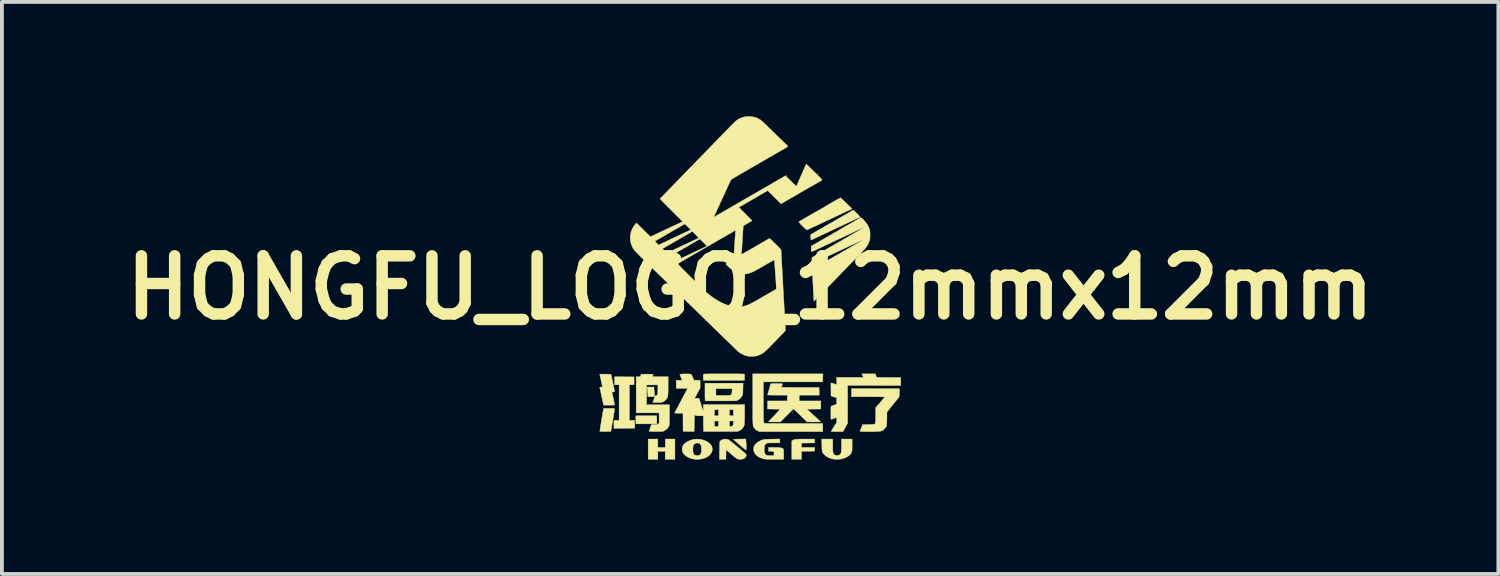
<source format=kicad_pcb>
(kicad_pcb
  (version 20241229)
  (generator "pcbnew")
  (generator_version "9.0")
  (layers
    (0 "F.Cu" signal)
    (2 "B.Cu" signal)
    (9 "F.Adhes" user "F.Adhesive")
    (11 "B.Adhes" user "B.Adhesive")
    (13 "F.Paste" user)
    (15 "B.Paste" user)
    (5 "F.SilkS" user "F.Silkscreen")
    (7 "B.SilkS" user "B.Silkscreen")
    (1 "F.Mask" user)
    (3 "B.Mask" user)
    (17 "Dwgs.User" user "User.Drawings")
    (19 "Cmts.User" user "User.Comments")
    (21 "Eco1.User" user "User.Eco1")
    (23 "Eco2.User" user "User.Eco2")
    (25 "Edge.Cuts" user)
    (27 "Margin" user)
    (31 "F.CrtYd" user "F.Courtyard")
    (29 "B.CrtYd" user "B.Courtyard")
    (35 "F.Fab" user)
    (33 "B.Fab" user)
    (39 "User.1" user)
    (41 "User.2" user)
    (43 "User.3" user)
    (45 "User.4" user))
  (footprint "HONGFU_LOGO_12mmx12mm"
    (layer "F.Cu")
    (at 16.626 4.495)
    (property "Reference" "HONGFU_LOGO_12mmx12mm" (at 0 0 0) (layer "F.SilkS") (effects (font (size 1.524 1.524) (thickness 0.3))))
    (attr through_hole)
    (fp_poly (pts (xy -1.507 -3.272) (xy -1.511 -3.268) (xy -1.516 -3.272) (xy -1.511 -3.277) (xy -1.507 -3.272)) (stroke (width 0.01) (type solid)) (fill yes) (layer "F.SilkS"))
    (fp_poly (pts (xy -1.168 0.859) (xy -1.173 0.864) (xy -1.177 0.859) (xy -1.173 0.855) (xy -1.168 0.859)) (stroke (width 0.01) (type solid)) (fill yes) (layer "F.SilkS"))
    (fp_poly (pts (xy 0.593 -3.433) (xy 0.588 -3.429) (xy 0.584 -3.433) (xy 0.588 -3.437) (xy 0.593 -3.433)) (stroke (width 0.01) (type solid)) (fill yes) (layer "F.SilkS"))
    (fp_poly (pts (xy 0.965 -2.934) (xy 0.961 -2.929) (xy 0.957 -2.934) (xy 0.961 -2.938) (xy 0.965 -2.934)) (stroke (width 0.01) (type solid)) (fill yes) (layer "F.SilkS"))
    (fp_poly (pts (xy 1.101 4) (xy 1.096 4.005) (xy 1.092 4) (xy 1.096 3.996) (xy 1.101 4)) (stroke (width 0.01) (type solid)) (fill yes) (layer "F.SilkS"))
    (fp_poly (pts (xy 1.109 3.272) (xy 1.105 3.277) (xy 1.101 3.272) (xy 1.105 3.268) (xy 1.109 3.272)) (stroke (width 0.01) (type solid)) (fill yes) (layer "F.SilkS"))
    (fp_poly (pts (xy 1.49 3.535) (xy 1.486 3.539) (xy 1.482 3.535) (xy 1.486 3.531) (xy 1.49 3.535)) (stroke (width 0.01) (type solid)) (fill yes) (layer "F.SilkS"))
    (fp_poly (pts (xy 1.786 -3.001) (xy 1.782 -2.997) (xy 1.778 -3.001) (xy 1.782 -3.006) (xy 1.786 -3.001)) (stroke (width 0.01) (type solid)) (fill yes) (layer "F.SilkS"))
    (fp_poly (pts (xy 2.955 3.577) (xy 2.951 3.581) (xy 2.946 3.577) (xy 2.951 3.573) (xy 2.955 3.577)) (stroke (width 0.01) (type solid)) (fill yes) (layer "F.SilkS"))
    (fp_poly (pts (xy 3.497 3.747) (xy 3.493 3.751) (xy 3.488 3.747) (xy 3.493 3.742) (xy 3.497 3.747)) (stroke (width 0.01) (type solid)) (fill yes) (layer "F.SilkS"))
    (fp_poly (pts (xy -2.421 4.191) (xy -2.227 4.191) (xy -2.227 3.971) (xy -1.973 3.971) (xy -1.973 4.504) (xy -2.227 4.504) (xy -2.227 4.293) (xy -2.421 4.293) (xy -2.421 4.504) (xy -2.675 4.504) (xy -2.675 3.971) (xy -2.421 3.971) (xy -2.421 4.191)) (stroke (width 0.01) (type solid)) (fill yes) (layer "F.SilkS"))
    (fp_poly (pts (xy -2.52 2.671) (xy -2.516 2.715) (xy -2.512 2.764) (xy -2.509 2.798) (xy -2.504 2.862) (xy -2.682 2.862) (xy -2.687 2.779) (xy -2.69 2.737) (xy -2.694 2.696) (xy -2.697 2.662) (xy -2.698 2.652) (xy -2.703 2.608) (xy -2.525 2.608) (xy -2.52 2.671)) (stroke (width 0.01) (type solid)) (fill yes) (layer "F.SilkS"))
    (fp_poly (pts (xy -2.814 3.361) (xy -2.751 3.361) (xy -2.718 3.361) (xy -2.451 3.361) (xy -2.449 3.467) (xy -2.446 3.573) (xy -2.996 3.573) (xy -2.999 3.467) (xy -2.999 3.42) (xy -2.998 3.385) (xy -2.996 3.366) (xy -2.993 3.361) (xy -2.983 3.361) (xy -2.958 3.361) (xy -2.92 3.361) (xy -2.871 3.361) (xy -2.814 3.361)) (stroke (width 0.01) (type solid)) (fill yes) (layer "F.SilkS"))
    (fp_poly (pts (xy -3.3 2.339) (xy -3.044 2.341) (xy -3.044 2.544) (xy -3.105 2.547) (xy -3.167 2.549) (xy -3.167 3.48) (xy -3.031 3.48) (xy -3.03 3.552) (xy -3.029 3.59) (xy -3.028 3.625) (xy -3.028 3.652) (xy -3.028 3.655) (xy -3.027 3.687) (xy -3.573 3.692) (xy -3.573 3.48) (xy -3.437 3.48) (xy -3.437 2.548) (xy -3.556 2.548) (xy -3.556 2.337) (xy -3.3 2.339)) (stroke (width 0.01) (type solid)) (fill yes) (layer "F.SilkS"))
    (fp_poly (pts (xy 1.693 4.072) (xy 1.35 4.077) (xy 1.348 4.134) (xy 1.345 4.191) (xy 1.694 4.191) (xy 1.692 4.24) (xy 1.689 4.288) (xy 1.532 4.29) (xy 1.482 4.291) (xy 1.436 4.291) (xy 1.399 4.292) (xy 1.373 4.292) (xy 1.361 4.292) (xy 1.355 4.294) (xy 1.351 4.3) (xy 1.348 4.314) (xy 1.347 4.339) (xy 1.346 4.376) (xy 1.346 4.398) (xy 1.346 4.504) (xy 1.092 4.504) (xy 1.092 4.029) (xy 1.112 4.01) (xy 1.125 3.999) (xy 1.142 3.991) (xy 1.164 3.984) (xy 1.194 3.979) (xy 1.233 3.975) (xy 1.283 3.973) (xy 1.346 3.971) (xy 1.424 3.971) (xy 1.457 3.971) (xy 1.693 3.971) (xy 1.693 4.072)) (stroke (width 0.01) (type solid)) (fill yes) (layer "F.SilkS"))
    (fp_poly (pts (xy -0.107 4.04) (xy -0.104 4.086) (xy -0.102 4.132) (xy -0.102 4.176) (xy -0.102 4.213) (xy -0.104 4.241) (xy -0.107 4.256) (xy -0.108 4.259) (xy -0.117 4.253) (xy -0.136 4.239) (xy -0.164 4.216) (xy -0.2 4.186) (xy -0.209 4.178) (xy -0.186 4.178) (xy -0.182 4.183) (xy -0.178 4.178) (xy -0.182 4.174) (xy -0.186 4.178) (xy -0.209 4.178) (xy -0.241 4.152) (xy -0.276 4.122) (xy -0.32 4.084) (xy -0.359 4.05) (xy -0.393 4.021) (xy -0.418 3.998) (xy -0.434 3.984) (xy -0.438 3.98) (xy -0.431 3.978) (xy -0.409 3.976) (xy -0.376 3.974) (xy -0.333 3.973) (xy -0.283 3.972) (xy -0.277 3.972) (xy -0.113 3.97) (xy -0.107 4.04)) (stroke (width 0.01) (type solid)) (fill yes) (layer "F.SilkS"))
    (fp_poly (pts (xy -0.612 2.261) (xy -0.532 2.261) (xy -0.454 2.261) (xy -0.382 2.262) (xy -0.318 2.262) (xy -0.262 2.263) (xy -0.216 2.264) (xy -0.184 2.265) (xy -0.165 2.266) (xy -0.163 2.266) (xy -0.154 2.269) (xy -0.148 2.276) (xy -0.145 2.288) (xy -0.145 2.311) (xy -0.146 2.346) (xy -0.146 2.351) (xy -0.148 2.43) (xy -0.684 2.432) (xy -0.778 2.432) (xy -0.867 2.433) (xy -0.949 2.433) (xy -1.023 2.433) (xy -1.088 2.432) (xy -1.141 2.432) (xy -1.183 2.432) (xy -1.211 2.431) (xy -1.224 2.431) (xy -1.224 2.431) (xy -1.226 2.421) (xy -1.227 2.399) (xy -1.228 2.367) (xy -1.228 2.349) (xy -1.228 2.271) (xy -1.201 2.266) (xy -1.188 2.265) (xy -1.159 2.264) (xy -1.117 2.263) (xy -1.064 2.262) (xy -1.002 2.262) (xy -0.932 2.261) (xy -0.856 2.261) (xy -0.776 2.261) (xy -0.694 2.261) (xy -0.612 2.261)) (stroke (width 0.01) (type solid)) (fill yes) (layer "F.SilkS"))
    (fp_poly (pts (xy -0.188 2.652) (xy -0.189 2.706) (xy -0.19 2.745) (xy -0.192 2.774) (xy -0.195 2.796) (xy -0.2 2.812) (xy -0.207 2.828) (xy -0.213 2.841) (xy -0.244 2.887) (xy -0.282 2.923) (xy -0.322 2.948) (xy -0.36 2.968) (xy -0.767 2.97) (xy -0.848 2.97) (xy -0.924 2.971) (xy -0.994 2.97) (xy -1.054 2.97) (xy -1.105 2.969) (xy -1.144 2.969) (xy -1.169 2.968) (xy -1.179 2.967) (xy -1.179 2.967) (xy -1.181 2.957) (xy -1.182 2.932) (xy -1.184 2.896) (xy -1.185 2.849) (xy -1.185 2.794) (xy -1.185 2.733) (xy -1.185 2.65) (xy -0.897 2.65) (xy -0.897 2.828) (xy -0.716 2.828) (xy -0.648 2.827) (xy -0.592 2.826) (xy -0.55 2.824) (xy -0.523 2.821) (xy -0.514 2.818) (xy -0.494 2.804) (xy -0.482 2.781) (xy -0.476 2.746) (xy -0.474 2.709) (xy -0.474 2.65) (xy -0.897 2.65) (xy -1.185 2.65) (xy -1.185 2.506) (xy -0.185 2.506) (xy -0.188 2.652)) (stroke (width 0.01) (type solid)) (fill yes) (layer "F.SilkS"))
    (fp_poly (pts (xy -3.648 3.167) (xy -3.61 3.167) (xy -3.584 3.168) (xy -3.568 3.17) (xy -3.56 3.173) (xy -3.557 3.178) (xy -3.556 3.184) (xy -3.557 3.197) (xy -3.561 3.225) (xy -3.567 3.264) (xy -3.575 3.312) (xy -3.584 3.366) (xy -3.59 3.407) (xy -3.601 3.469) (xy -3.611 3.53) (xy -3.621 3.586) (xy -3.629 3.635) (xy -3.635 3.673) (xy -3.637 3.686) (xy -3.643 3.72) (xy -3.648 3.748) (xy -3.652 3.765) (xy -3.653 3.768) (xy -3.663 3.77) (xy -3.686 3.772) (xy -3.719 3.773) (xy -3.759 3.774) (xy -3.801 3.774) (xy -3.844 3.774) (xy -3.882 3.773) (xy -3.914 3.772) (xy -3.934 3.77) (xy -3.941 3.768) (xy -3.941 3.758) (xy -3.938 3.734) (xy -3.933 3.698) (xy -3.926 3.652) (xy -3.917 3.598) (xy -3.908 3.538) (xy -3.897 3.476) (xy -3.887 3.412) (xy -3.876 3.35) (xy -3.866 3.291) (xy -3.856 3.24) (xy -3.85 3.208) (xy -3.846 3.184) (xy -3.844 3.171) (xy -3.844 3.17) (xy -3.836 3.169) (xy -3.814 3.168) (xy -3.78 3.167) (xy -3.738 3.167) (xy -3.7 3.167) (xy -3.648 3.167)) (stroke (width 0.01) (type solid)) (fill yes) (layer "F.SilkS"))
    (fp_poly (pts (xy -0.608 3.976) (xy -0.583 3.983) (xy -0.564 3.992) (xy -0.537 4.011) (xy -0.505 4.035) (xy -0.478 4.056) (xy -0.445 4.084) (xy -0.414 4.109) (xy -0.389 4.13) (xy -0.376 4.14) (xy -0.361 4.152) (xy -0.336 4.173) (xy -0.303 4.201) (xy -0.265 4.233) (xy -0.226 4.266) (xy -0.182 4.303) (xy -0.15 4.33) (xy -0.128 4.351) (xy -0.114 4.367) (xy -0.106 4.379) (xy -0.102 4.389) (xy -0.102 4.399) (xy -0.109 4.433) (xy -0.131 4.462) (xy -0.165 4.484) (xy -0.209 4.499) (xy -0.259 4.503) (xy -0.274 4.503) (xy -0.294 4.501) (xy -0.312 4.498) (xy -0.329 4.493) (xy -0.348 4.484) (xy -0.37 4.469) (xy -0.397 4.448) (xy -0.432 4.42) (xy -0.476 4.383) (xy -0.512 4.352) (xy -0.631 4.25) (xy -0.633 4.377) (xy -0.635 4.504) (xy -0.805 4.504) (xy -0.803 4.272) (xy -0.802 4.203) (xy -0.801 4.15) (xy -0.8 4.109) (xy -0.799 4.079) (xy -0.797 4.057) (xy -0.794 4.043) (xy -0.791 4.033) (xy -0.786 4.025) (xy -0.78 4.019) (xy -0.78 4.019) (xy -0.747 3.995) (xy -0.704 3.979) (xy -0.656 3.972) (xy -0.608 3.976)) (stroke (width 0.01) (type solid)) (fill yes) (layer "F.SilkS"))
    (fp_poly (pts (xy 1.907 2.366) (xy 1.904 2.472) (xy 0.347 2.472) (xy 0.347 2.989) (xy 0.347 3.1) (xy 0.347 3.195) (xy 0.348 3.275) (xy 0.348 3.342) (xy 0.349 3.397) (xy 0.35 3.442) (xy 0.352 3.477) (xy 0.355 3.503) (xy 0.358 3.523) (xy 0.362 3.537) (xy 0.367 3.547) (xy 0.373 3.553) (xy 0.379 3.557) (xy 0.386 3.559) (xy 0.396 3.56) (xy 0.422 3.561) (xy 0.462 3.561) (xy 0.516 3.562) (xy 0.582 3.563) (xy 0.658 3.563) (xy 0.745 3.564) (xy 0.839 3.564) (xy 0.94 3.564) (xy 1.048 3.564) (xy 1.152 3.564) (xy 1.905 3.564) (xy 1.905 3.776) (xy 1.073 3.776) (xy 0.241 3.776) (xy 0.199 3.756) (xy 0.167 3.737) (xy 0.136 3.713) (xy 0.125 3.701) (xy 0.115 3.69) (xy 0.106 3.681) (xy 0.098 3.671) (xy 0.092 3.66) (xy 0.086 3.647) (xy 0.081 3.631) (xy 0.078 3.61) (xy 0.075 3.583) (xy 0.072 3.549) (xy 0.071 3.508) (xy 0.069 3.457) (xy 0.068 3.396) (xy 0.068 3.324) (xy 0.068 3.239) (xy 0.068 3.14) (xy 0.068 3.026) (xy 0.068 2.933) (xy 0.068 2.261) (xy 1.909 2.261) (xy 1.907 2.366)) (stroke (width 0.01) (type solid)) (fill yes) (layer "F.SilkS"))
    (fp_poly (pts (xy 2.167 4.142) (xy 2.168 4.201) (xy 2.168 4.246) (xy 2.169 4.279) (xy 2.172 4.303) (xy 2.175 4.321) (xy 2.179 4.336) (xy 2.185 4.348) (xy 2.203 4.377) (xy 2.229 4.394) (xy 2.263 4.402) (xy 2.286 4.403) (xy 2.328 4.396) (xy 2.359 4.376) (xy 2.38 4.342) (xy 2.387 4.323) (xy 2.39 4.302) (xy 2.392 4.267) (xy 2.394 4.222) (xy 2.396 4.171) (xy 2.396 4.128) (xy 2.396 3.971) (xy 2.675 3.971) (xy 2.675 4.13) (xy 2.675 4.187) (xy 2.674 4.23) (xy 2.673 4.262) (xy 2.67 4.285) (xy 2.666 4.303) (xy 2.661 4.317) (xy 2.659 4.322) (xy 2.645 4.349) (xy 2.631 4.369) (xy 2.612 4.388) (xy 2.584 4.41) (xy 2.58 4.414) (xy 2.514 4.454) (xy 2.437 4.483) (xy 2.354 4.5) (xy 2.267 4.505) (xy 2.178 4.496) (xy 2.153 4.491) (xy 2.084 4.47) (xy 2.021 4.439) (xy 1.966 4.399) (xy 1.922 4.354) (xy 1.902 4.323) (xy 1.896 4.309) (xy 1.891 4.294) (xy 1.888 4.275) (xy 1.885 4.249) (xy 1.883 4.214) (xy 1.882 4.166) (xy 1.881 4.13) (xy 1.878 3.971) (xy 2.167 3.971) (xy 2.167 4.142)) (stroke (width 0.01) (type solid)) (fill yes) (layer "F.SilkS"))
    (fp_poly (pts (xy -1.339 3.975) (xy -1.259 3.988) (xy -1.184 4.012) (xy -1.116 4.046) (xy -1.061 4.088) (xy -1.058 4.09) (xy -1.025 4.129) (xy -1.004 4.169) (xy -0.994 4.216) (xy -0.993 4.225) (xy -0.996 4.28) (xy -1.015 4.331) (xy -1.05 4.379) (xy -1.099 4.421) (xy -1.162 4.458) (xy -1.17 4.461) (xy -1.244 4.487) (xy -1.326 4.501) (xy -1.411 4.504) (xy -1.495 4.495) (xy -1.531 4.487) (xy -1.603 4.462) (xy -1.665 4.429) (xy -1.716 4.389) (xy -1.753 4.343) (xy -1.777 4.292) (xy -1.785 4.242) (xy -1.502 4.242) (xy -1.499 4.3) (xy -1.49 4.343) (xy -1.474 4.373) (xy -1.449 4.392) (xy -1.415 4.401) (xy -1.388 4.403) (xy -1.352 4.4) (xy -1.328 4.392) (xy -1.318 4.386) (xy -1.298 4.362) (xy -1.284 4.328) (xy -1.277 4.281) (xy -1.276 4.233) (xy -1.278 4.181) (xy -1.287 4.143) (xy -1.302 4.114) (xy -1.326 4.093) (xy -1.332 4.089) (xy -1.371 4.075) (xy -1.412 4.076) (xy -1.449 4.092) (xy -1.472 4.111) (xy -1.487 4.133) (xy -1.497 4.162) (xy -1.501 4.201) (xy -1.502 4.242) (xy -1.785 4.242) (xy -1.785 4.239) (xy -1.784 4.216) (xy -1.778 4.185) (xy -1.769 4.158) (xy -1.766 4.15) (xy -1.737 4.11) (xy -1.694 4.071) (xy -1.641 4.037) (xy -1.58 4.008) (xy -1.516 3.987) (xy -1.499 3.983) (xy -1.42 3.973) (xy -1.339 3.975)) (stroke (width 0.01) (type solid)) (fill yes) (layer "F.SilkS"))
    (fp_poly (pts (xy -3.744 2.269) (xy -3.706 2.27) (xy -3.679 2.271) (xy -3.662 2.272) (xy -3.652 2.276) (xy -3.648 2.28) (xy -3.645 2.287) (xy -3.645 2.288) (xy -3.642 2.303) (xy -3.636 2.331) (xy -3.628 2.368) (xy -3.619 2.412) (xy -3.615 2.43) (xy -3.604 2.481) (xy -3.593 2.534) (xy -3.582 2.583) (xy -3.574 2.623) (xy -3.573 2.627) (xy -3.563 2.671) (xy -3.558 2.701) (xy -3.557 2.72) (xy -3.561 2.73) (xy -3.571 2.734) (xy -3.587 2.735) (xy -3.59 2.735) (xy -3.611 2.736) (xy -3.623 2.738) (xy -3.624 2.739) (xy -3.622 2.749) (xy -3.617 2.772) (xy -3.61 2.806) (xy -3.6 2.849) (xy -3.59 2.897) (xy -3.579 2.946) (xy -3.57 2.991) (xy -3.562 3.028) (xy -3.558 3.054) (xy -3.556 3.066) (xy -3.557 3.072) (xy -3.561 3.076) (xy -3.571 3.079) (xy -3.589 3.081) (xy -3.618 3.081) (xy -3.659 3.082) (xy -3.699 3.082) (xy -3.842 3.082) (xy -3.847 3.061) (xy -3.851 3.046) (xy -3.857 3.018) (xy -3.866 2.979) (xy -3.876 2.934) (xy -3.887 2.883) (xy -3.899 2.83) (xy -3.91 2.778) (xy -3.921 2.728) (xy -3.93 2.684) (xy -3.938 2.648) (xy -3.943 2.624) (xy -3.945 2.612) (xy -3.945 2.612) (xy -3.938 2.609) (xy -3.919 2.608) (xy -3.909 2.608) (xy -3.872 2.608) (xy -3.904 2.457) (xy -3.915 2.408) (xy -3.925 2.363) (xy -3.933 2.326) (xy -3.939 2.3) (xy -3.941 2.288) (xy -3.946 2.269) (xy -3.798 2.269) (xy -3.744 2.269)) (stroke (width 0.01) (type solid)) (fill yes) (layer "F.SilkS"))
    (fp_poly (pts (xy 3.105 2.261) (xy 3.281 2.261) (xy 3.301 2.307) (xy 3.321 2.354) (xy 3.635 2.356) (xy 3.95 2.358) (xy 3.95 2.566) (xy 3.253 2.565) (xy 2.557 2.565) (xy 2.557 3.554) (xy 2.496 3.665) (xy 2.435 3.776) (xy 2.28 3.776) (xy 2.231 3.776) (xy 2.188 3.775) (xy 2.155 3.773) (xy 2.133 3.771) (xy 2.125 3.769) (xy 2.13 3.76) (xy 2.142 3.739) (xy 2.16 3.709) (xy 2.182 3.673) (xy 2.197 3.65) (xy 2.269 3.538) (xy 2.269 3.405) (xy 2.203 3.43) (xy 2.172 3.441) (xy 2.146 3.45) (xy 2.129 3.454) (xy 2.127 3.454) (xy 2.124 3.45) (xy 2.121 3.437) (xy 2.119 3.414) (xy 2.117 3.378) (xy 2.117 3.328) (xy 2.117 3.281) (xy 2.117 3.226) (xy 2.118 3.179) (xy 2.12 3.142) (xy 2.122 3.118) (xy 2.124 3.107) (xy 2.124 3.107) (xy 2.135 3.104) (xy 2.158 3.097) (xy 2.188 3.086) (xy 2.201 3.081) (xy 2.269 3.055) (xy 2.269 2.891) (xy 2.195 2.865) (xy 2.121 2.839) (xy 2.119 2.668) (xy 2.118 2.609) (xy 2.118 2.565) (xy 2.119 2.534) (xy 2.12 2.514) (xy 2.123 2.502) (xy 2.127 2.498) (xy 2.128 2.498) (xy 2.142 2.501) (xy 2.166 2.508) (xy 2.195 2.518) (xy 2.196 2.519) (xy 2.225 2.529) (xy 2.248 2.537) (xy 2.261 2.54) (xy 2.261 2.54) (xy 2.264 2.532) (xy 2.267 2.51) (xy 2.269 2.475) (xy 2.269 2.447) (xy 2.269 2.354) (xy 2.971 2.354) (xy 2.93 2.261) (xy 3.105 2.261)) (stroke (width 0.01) (type solid)) (fill yes) (layer "F.SilkS"))
    (fp_poly (pts (xy 0.779 4.072) (xy 0.611 4.072) (xy 0.553 4.073) (xy 0.51 4.073) (xy 0.478 4.074) (xy 0.456 4.076) (xy 0.441 4.079) (xy 0.43 4.083) (xy 0.422 4.089) (xy 0.42 4.09) (xy 0.398 4.112) (xy 0.383 4.137) (xy 0.374 4.17) (xy 0.37 4.215) (xy 0.37 4.242) (xy 0.371 4.29) (xy 0.375 4.325) (xy 0.381 4.343) (xy 0.402 4.373) (xy 0.428 4.394) (xy 0.454 4.403) (xy 0.456 4.403) (xy 0.475 4.403) (xy 0.505 4.404) (xy 0.541 4.405) (xy 0.55 4.405) (xy 0.622 4.407) (xy 0.625 4.357) (xy 0.625 4.329) (xy 0.623 4.307) (xy 0.619 4.299) (xy 0.607 4.295) (xy 0.583 4.292) (xy 0.552 4.291) (xy 0.547 4.291) (xy 0.483 4.291) (xy 0.483 4.191) (xy 0.629 4.191) (xy 0.705 4.192) (xy 0.765 4.196) (xy 0.81 4.202) (xy 0.843 4.211) (xy 0.864 4.223) (xy 0.872 4.233) (xy 0.875 4.247) (xy 0.878 4.274) (xy 0.879 4.312) (xy 0.88 4.356) (xy 0.881 4.377) (xy 0.881 4.504) (xy 0.641 4.504) (xy 0.569 4.504) (xy 0.51 4.503) (xy 0.465 4.502) (xy 0.428 4.5) (xy 0.4 4.498) (xy 0.376 4.495) (xy 0.355 4.491) (xy 0.34 4.487) (xy 0.266 4.462) (xy 0.203 4.428) (xy 0.153 4.387) (xy 0.117 4.339) (xy 0.095 4.286) (xy 0.089 4.238) (xy 0.097 4.18) (xy 0.121 4.129) (xy 0.161 4.083) (xy 0.217 4.042) (xy 0.235 4.032) (xy 0.267 4.016) (xy 0.296 4.003) (xy 0.325 3.993) (xy 0.356 3.986) (xy 0.393 3.981) (xy 0.437 3.977) (xy 0.493 3.975) (xy 0.562 3.973) (xy 0.578 3.973) (xy 0.779 3.969) (xy 0.779 4.072)) (stroke (width 0.01) (type solid)) (fill yes) (layer "F.SilkS"))
    (fp_poly (pts (xy 2.373 -2.355) (xy 2.384 -2.347) (xy 2.399 -2.333) (xy 2.422 -2.313) (xy 2.451 -2.285) (xy 2.49 -2.248) (xy 2.538 -2.201) (xy 2.596 -2.144) (xy 2.621 -2.12) (xy 2.674 -2.068) (xy 2.605 -2.036) (xy 2.544 -2.008) (xy 2.472 -1.974) (xy 2.394 -1.937) (xy 2.312 -1.898) (xy 2.273 -1.879) (xy 2.175 -1.833) (xy 2.071 -1.784) (xy 2.002 -1.753) (xy 1.98 -1.742) (xy 1.946 -1.726) (xy 1.904 -1.707) (xy 1.859 -1.685) (xy 1.838 -1.675) (xy 1.797 -1.656) (xy 1.761 -1.639) (xy 1.734 -1.626) (xy 1.717 -1.619) (xy 1.714 -1.617) (xy 1.706 -1.614) (xy 1.685 -1.604) (xy 1.654 -1.59) (xy 1.617 -1.573) (xy 1.604 -1.566) (xy 1.564 -1.548) (xy 1.529 -1.532) (xy 1.503 -1.521) (xy 1.487 -1.516) (xy 1.485 -1.516) (xy 1.475 -1.521) (xy 1.456 -1.537) (xy 1.43 -1.561) (xy 1.398 -1.592) (xy 1.371 -1.618) (xy 1.338 -1.652) (xy 1.311 -1.682) (xy 1.29 -1.706) (xy 1.278 -1.722) (xy 1.276 -1.728) (xy 1.284 -1.733) (xy 1.305 -1.746) (xy 1.337 -1.764) (xy 1.379 -1.788) (xy 1.427 -1.817) (xy 1.481 -1.848) (xy 1.538 -1.881) (xy 1.597 -1.915) (xy 1.656 -1.948) (xy 1.713 -1.981) (xy 1.765 -2.011) (xy 1.812 -2.038) (xy 1.852 -2.06) (xy 1.881 -2.077) (xy 1.888 -2.081) (xy 1.918 -2.097) (xy 1.947 -2.115) (xy 1.956 -2.12) (xy 1.986 -2.139) (xy 2.024 -2.162) (xy 2.067 -2.187) (xy 2.115 -2.215) (xy 2.164 -2.243) (xy 2.211 -2.27) (xy 2.255 -2.295) (xy 2.294 -2.316) (xy 2.324 -2.332) (xy 2.344 -2.342) (xy 2.352 -2.345) (xy 2.363 -2.352) (xy 2.365 -2.356) (xy 2.367 -2.357) (xy 2.373 -2.355)) (stroke (width 0.01) (type solid)) (fill yes) (layer "F.SilkS"))
    (fp_poly (pts (xy 3.912 2.759) (xy 3.911 2.808) (xy 3.909 2.843) (xy 3.906 2.865) (xy 3.902 2.876) (xy 3.9 2.878) (xy 3.892 2.886) (xy 3.875 2.907) (xy 3.85 2.937) (xy 3.819 2.975) (xy 3.784 3.019) (xy 3.745 3.068) (xy 3.739 3.075) (xy 3.589 3.264) (xy 3.587 3.437) (xy 3.586 3.504) (xy 3.584 3.556) (xy 3.58 3.596) (xy 3.574 3.627) (xy 3.564 3.652) (xy 3.551 3.673) (xy 3.533 3.693) (xy 3.51 3.714) (xy 3.509 3.715) (xy 3.49 3.731) (xy 3.472 3.744) (xy 3.454 3.754) (xy 3.432 3.762) (xy 3.405 3.768) (xy 3.37 3.772) (xy 3.327 3.774) (xy 3.273 3.775) (xy 3.205 3.776) (xy 3.135 3.776) (xy 3.071 3.776) (xy 3.013 3.775) (xy 2.963 3.774) (xy 2.923 3.773) (xy 2.894 3.771) (xy 2.88 3.77) (xy 2.879 3.769) (xy 2.882 3.759) (xy 2.891 3.736) (xy 2.903 3.706) (xy 2.915 3.678) (xy 2.952 3.594) (xy 3.105 3.59) (xy 3.161 3.588) (xy 3.203 3.586) (xy 3.232 3.584) (xy 3.252 3.581) (xy 3.265 3.577) (xy 3.273 3.572) (xy 3.274 3.571) (xy 3.279 3.564) (xy 3.283 3.555) (xy 3.286 3.54) (xy 3.288 3.518) (xy 3.289 3.487) (xy 3.29 3.443) (xy 3.291 3.386) (xy 3.292 3.351) (xy 3.294 3.147) (xy 3.372 3.057) (xy 3.419 3.003) (xy 3.455 2.961) (xy 3.482 2.929) (xy 3.502 2.905) (xy 3.516 2.888) (xy 3.524 2.878) (xy 3.528 2.871) (xy 3.529 2.869) (xy 3.522 2.868) (xy 3.498 2.866) (xy 3.46 2.865) (xy 3.409 2.864) (xy 3.345 2.863) (xy 3.27 2.862) (xy 3.185 2.862) (xy 3.095 2.862) (xy 2.659 2.862) (xy 2.659 2.65) (xy 3.912 2.65) (xy 3.912 2.759)) (stroke (width 0.01) (type solid)) (fill yes) (layer "F.SilkS"))
    (fp_poly (pts (xy -2.648 2.269) (xy -2.605 2.27) (xy -2.571 2.272) (xy -2.548 2.273) (xy -2.54 2.275) (xy -2.54 2.275) (xy -2.544 2.287) (xy -2.553 2.303) (xy -2.562 2.32) (xy -2.565 2.33) (xy -2.557 2.332) (xy -2.534 2.334) (xy -2.499 2.335) (xy -2.454 2.336) (xy -2.401 2.337) (xy -2.358 2.337) (xy -2.151 2.337) (xy -2.151 2.577) (xy -2.151 2.656) (xy -2.152 2.721) (xy -2.153 2.773) (xy -2.157 2.815) (xy -2.161 2.847) (xy -2.168 2.873) (xy -2.177 2.894) (xy -2.188 2.913) (xy -2.202 2.931) (xy -2.205 2.935) (xy -2.231 2.96) (xy -2.263 2.983) (xy -2.279 2.992) (xy -2.298 3.001) (xy -2.316 3.007) (xy -2.336 3.011) (xy -2.362 3.013) (xy -2.398 3.014) (xy -2.439 3.014) (xy -2.555 3.014) (xy -2.521 2.921) (xy -2.506 2.881) (xy -2.494 2.854) (xy -2.485 2.838) (xy -2.477 2.83) (xy -2.468 2.828) (xy -2.468 2.828) (xy -2.451 2.826) (xy -2.439 2.819) (xy -2.431 2.804) (xy -2.425 2.779) (xy -2.423 2.743) (xy -2.422 2.693) (xy -2.421 2.673) (xy -2.421 2.549) (xy -2.714 2.553) (xy -2.718 3.073) (xy -2.117 3.073) (xy -2.117 3.335) (xy -2.117 3.411) (xy -2.117 3.472) (xy -2.118 3.52) (xy -2.119 3.557) (xy -2.121 3.584) (xy -2.124 3.604) (xy -2.127 3.619) (xy -2.13 3.629) (xy -2.155 3.674) (xy -2.189 3.711) (xy -2.235 3.742) (xy -2.237 3.743) (xy -2.29 3.772) (xy -2.466 3.774) (xy -2.525 3.774) (xy -2.574 3.773) (xy -2.612 3.772) (xy -2.637 3.77) (xy -2.646 3.767) (xy -2.645 3.757) (xy -2.639 3.734) (xy -2.629 3.702) (xy -2.62 3.675) (xy -2.588 3.59) (xy -2.51 3.59) (xy -2.471 3.589) (xy -2.445 3.587) (xy -2.427 3.582) (xy -2.413 3.575) (xy -2.41 3.572) (xy -2.388 3.555) (xy -2.388 3.285) (xy -2.989 3.285) (xy -2.989 2.337) (xy -2.883 2.337) (xy -2.869 2.303) (xy -2.855 2.269) (xy -2.697 2.269) (xy -2.648 2.269)) (stroke (width 0.01) (type solid)) (fill yes) (layer "F.SilkS"))
    (fp_poly (pts (xy 2.705 -2.03) (xy 2.715 -2.024) (xy 2.733 -2.009) (xy 2.756 -1.988) (xy 2.783 -1.963) (xy 2.809 -1.938) (xy 2.831 -1.916) (xy 2.847 -1.899) (xy 2.853 -1.891) (xy 2.853 -1.891) (xy 2.859 -1.883) (xy 2.871 -1.872) (xy 2.88 -1.863) (xy 2.882 -1.855) (xy 2.874 -1.847) (xy 2.854 -1.836) (xy 2.821 -1.821) (xy 2.811 -1.817) (xy 2.779 -1.802) (xy 2.738 -1.784) (xy 2.695 -1.764) (xy 2.671 -1.752) (xy 2.628 -1.732) (xy 2.582 -1.71) (xy 2.541 -1.691) (xy 2.523 -1.683) (xy 2.488 -1.666) (xy 2.444 -1.645) (xy 2.398 -1.624) (xy 2.371 -1.611) (xy 2.305 -1.58) (xy 2.252 -1.555) (xy 2.21 -1.535) (xy 2.176 -1.519) (xy 2.15 -1.507) (xy 2.127 -1.496) (xy 2.108 -1.488) (xy 2.085 -1.477) (xy 2.05 -1.46) (xy 2.007 -1.44) (xy 1.96 -1.418) (xy 1.928 -1.402) (xy 1.884 -1.381) (xy 1.846 -1.363) (xy 1.816 -1.349) (xy 1.797 -1.34) (xy 1.79 -1.338) (xy 1.782 -1.334) (xy 1.761 -1.325) (xy 1.732 -1.311) (xy 1.701 -1.295) (xy 1.666 -1.278) (xy 1.635 -1.265) (xy 1.614 -1.256) (xy 1.605 -1.253) (xy 1.597 -1.261) (xy 1.592 -1.285) (xy 1.588 -1.317) (xy 1.586 -1.349) (xy 1.586 -1.374) (xy 1.588 -1.388) (xy 1.589 -1.389) (xy 1.6 -1.397) (xy 1.624 -1.412) (xy 1.661 -1.433) (xy 1.708 -1.46) (xy 1.764 -1.492) (xy 1.827 -1.528) (xy 1.854 -1.543) (xy 1.892 -1.565) (xy 1.925 -1.584) (xy 1.949 -1.599) (xy 1.961 -1.608) (xy 1.963 -1.61) (xy 1.971 -1.617) (xy 1.972 -1.617) (xy 1.984 -1.622) (xy 2.01 -1.635) (xy 2.05 -1.657) (xy 2.103 -1.687) (xy 2.17 -1.726) (xy 2.218 -1.754) (xy 2.262 -1.78) (xy 2.304 -1.804) (xy 2.341 -1.826) (xy 2.368 -1.842) (xy 2.379 -1.848) (xy 2.438 -1.881) (xy 2.494 -1.913) (xy 2.547 -1.943) (xy 2.593 -1.97) (xy 2.63 -1.992) (xy 2.657 -2.008) (xy 2.67 -2.016) (xy 2.689 -2.027) (xy 2.704 -2.031) (xy 2.705 -2.03)) (stroke (width 0.01) (type solid)) (fill yes) (layer "F.SilkS"))
    (fp_poly (pts (xy 0.743 2.515) (xy 0.786 2.516) (xy 0.819 2.518) (xy 0.84 2.52) (xy 0.847 2.522) (xy 0.844 2.533) (xy 0.839 2.555) (xy 0.834 2.57) (xy 0.827 2.594) (xy 0.822 2.61) (xy 0.821 2.614) (xy 0.83 2.614) (xy 0.853 2.615) (xy 0.891 2.615) (xy 0.941 2.616) (xy 1.002 2.616) (xy 1.073 2.617) (xy 1.151 2.617) (xy 1.236 2.618) (xy 1.314 2.618) (xy 1.808 2.62) (xy 1.81 2.72) (xy 1.812 2.819) (xy 1.287 2.819) (xy 1.287 2.972) (xy 1.854 2.972) (xy 1.854 3.183) (xy 1.671 3.185) (xy 1.488 3.188) (xy 1.648 3.332) (xy 1.692 3.372) (xy 1.733 3.409) (xy 1.769 3.442) (xy 1.797 3.469) (xy 1.816 3.487) (xy 1.823 3.495) (xy 1.837 3.507) (xy 1.848 3.508) (xy 1.853 3.508) (xy 1.851 3.512) (xy 1.842 3.516) (xy 1.821 3.519) (xy 1.785 3.521) (xy 1.735 3.522) (xy 1.67 3.522) (xy 1.494 3.521) (xy 1.333 3.365) (xy 1.29 3.322) (xy 1.249 3.283) (xy 1.213 3.249) (xy 1.183 3.221) (xy 1.163 3.203) (xy 1.153 3.194) (xy 1.147 3.19) (xy 1.14 3.189) (xy 1.133 3.191) (xy 1.122 3.197) (xy 1.107 3.21) (xy 1.086 3.229) (xy 1.058 3.257) (xy 1.021 3.294) (xy 0.973 3.341) (xy 0.964 3.351) (xy 0.795 3.522) (xy 0.639 3.522) (xy 0.584 3.522) (xy 0.539 3.521) (xy 0.506 3.519) (xy 0.487 3.516) (xy 0.483 3.514) (xy 0.489 3.503) (xy 0.494 3.499) (xy 0.503 3.491) (xy 0.521 3.473) (xy 0.548 3.445) (xy 0.581 3.411) (xy 0.618 3.371) (xy 0.647 3.34) (xy 0.789 3.188) (xy 0.457 3.183) (xy 0.457 2.972) (xy 0.974 2.972) (xy 0.974 2.819) (xy 0.715 2.819) (xy 0.651 2.819) (xy 0.593 2.819) (xy 0.542 2.818) (xy 0.502 2.817) (xy 0.473 2.816) (xy 0.459 2.815) (xy 0.457 2.814) (xy 0.459 2.805) (xy 0.465 2.783) (xy 0.475 2.751) (xy 0.486 2.711) (xy 0.498 2.669) (xy 0.51 2.625) (xy 0.522 2.584) (xy 0.533 2.548) (xy 0.539 2.529) (xy 0.542 2.524) (xy 0.548 2.52) (xy 0.561 2.518) (xy 0.583 2.516) (xy 0.616 2.515) (xy 0.661 2.515) (xy 0.695 2.515) (xy 0.743 2.515)) (stroke (width 0.01) (type solid)) (fill yes) (layer "F.SilkS"))
    (fp_poly (pts (xy -1.651 2.263) (xy -1.614 2.263) (xy -1.587 2.265) (xy -1.576 2.266) (xy -1.559 2.27) (xy -1.547 2.275) (xy -1.537 2.286) (xy -1.527 2.304) (xy -1.514 2.333) (xy -1.507 2.349) (xy -1.475 2.426) (xy -1.312 2.431) (xy -1.312 2.634) (xy -1.384 2.767) (xy -1.456 2.9) (xy -1.398 2.902) (xy -1.339 2.905) (xy -1.296 3.042) (xy -1.275 3.107) (xy -1.259 3.157) (xy -1.247 3.193) (xy -1.239 3.216) (xy -1.234 3.227) (xy -1.231 3.227) (xy -1.229 3.217) (xy -1.228 3.198) (xy -1.228 3.172) (xy -1.228 3.156) (xy -1.228 3.065) (xy -0.143 3.065) (xy -0.145 3.334) (xy -0.146 3.409) (xy -0.147 3.468) (xy -0.148 3.515) (xy -0.149 3.551) (xy -0.151 3.578) (xy -0.153 3.598) (xy -0.156 3.612) (xy -0.16 3.624) (xy -0.165 3.634) (xy -0.167 3.637) (xy -0.197 3.684) (xy -0.231 3.719) (xy -0.273 3.746) (xy -0.278 3.748) (xy -0.326 3.772) (xy -1.223 3.772) (xy -1.225 3.59) (xy -0.939 3.59) (xy -0.938 3.616) (xy -0.936 3.629) (xy -0.926 3.637) (xy -0.901 3.64) (xy -0.881 3.641) (xy -0.83 3.641) (xy -0.83 3.497) (xy -0.542 3.497) (xy -0.542 3.641) (xy -0.513 3.641) (xy -0.485 3.635) (xy -0.463 3.623) (xy -0.45 3.612) (xy -0.444 3.598) (xy -0.441 3.577) (xy -0.44 3.551) (xy -0.44 3.497) (xy -0.542 3.497) (xy -0.83 3.497) (xy -0.83 3.496) (xy -0.883 3.498) (xy -0.936 3.501) (xy -0.938 3.559) (xy -0.939 3.59) (xy -1.225 3.59) (xy -1.228 3.361) (xy -0.94 3.361) (xy -0.83 3.361) (xy -0.83 3.2) (xy -0.542 3.2) (xy -0.542 3.361) (xy -0.44 3.361) (xy -0.44 3.2) (xy -0.542 3.2) (xy -0.83 3.2) (xy -0.83 3.2) (xy -0.883 3.202) (xy -0.936 3.205) (xy -0.938 3.283) (xy -0.94 3.361) (xy -1.228 3.361) (xy -1.328 3.361) (xy -1.374 3.361) (xy -1.406 3.359) (xy -1.427 3.354) (xy -1.44 3.346) (xy -1.448 3.332) (xy -1.453 3.312) (xy -1.454 3.31) (xy -1.456 3.31) (xy -1.458 3.325) (xy -1.46 3.355) (xy -1.461 3.397) (xy -1.463 3.45) (xy -1.464 3.513) (xy -1.465 3.526) (xy -1.469 3.772) (xy -1.611 3.772) (xy -1.659 3.772) (xy -1.7 3.771) (xy -1.732 3.77) (xy -1.752 3.769) (xy -1.758 3.768) (xy -1.758 3.759) (xy -1.759 3.736) (xy -1.76 3.699) (xy -1.761 3.652) (xy -1.761 3.598) (xy -1.761 3.537) (xy -1.761 3.529) (xy -1.761 3.294) (xy -1.871 3.294) (xy -1.912 3.293) (xy -1.946 3.292) (xy -1.97 3.29) (xy -1.981 3.288) (xy -1.981 3.288) (xy -1.977 3.279) (xy -1.967 3.258) (xy -1.953 3.23) (xy -1.944 3.214) (xy -1.923 3.174) (xy -1.897 3.127) (xy -1.873 3.082) (xy -1.867 3.069) (xy -1.847 3.031) (xy -1.826 2.993) (xy -1.809 2.962) (xy -1.803 2.951) (xy -1.791 2.927) (xy -1.773 2.893) (xy -1.751 2.852) (xy -1.728 2.809) (xy -1.723 2.798) (xy -1.701 2.758) (xy -1.682 2.722) (xy -1.666 2.693) (xy -1.656 2.675) (xy -1.654 2.671) (xy -1.645 2.656) (xy -1.643 2.648) (xy -1.651 2.646) (xy -1.673 2.644) (xy -1.707 2.643) (xy -1.749 2.642) (xy -1.791 2.642) (xy -1.939 2.642) (xy -1.939 2.43) (xy -1.779 2.43) (xy -1.814 2.354) (xy -1.828 2.321) (xy -1.838 2.294) (xy -1.843 2.277) (xy -1.843 2.272) (xy -1.832 2.269) (xy -1.808 2.267) (xy -1.774 2.265) (xy -1.734 2.263) (xy -1.692 2.263) (xy -1.651 2.263)) (stroke (width 0.01) (type solid)) (fill yes) (layer "F.SilkS"))
    (fp_poly (pts (xy 2.907 -1.834) (xy 2.925 -1.823) (xy 2.95 -1.802) (xy 2.983 -1.768) (xy 2.983 -1.768) (xy 3.034 -1.71) (xy 3.074 -1.655) (xy 3.104 -1.598) (xy 3.125 -1.545) (xy 3.134 -1.517) (xy 3.14 -1.491) (xy 3.143 -1.463) (xy 3.145 -1.426) (xy 3.145 -1.378) (xy 3.145 -1.376) (xy 3.144 -1.329) (xy 3.143 -1.294) (xy 3.14 -1.267) (xy 3.134 -1.243) (xy 3.126 -1.218) (xy 3.121 -1.206) (xy 3.096 -1.148) (xy 3.07 -1.099) (xy 3.038 -1.052) (xy 2.997 -1.005) (xy 2.968 -0.974) (xy 2.938 -0.943) (xy 2.9 -0.904) (xy 2.856 -0.859) (xy 2.81 -0.811) (xy 2.763 -0.763) (xy 2.747 -0.746) (xy 2.704 -0.701) (xy 2.662 -0.658) (xy 2.623 -0.618) (xy 2.59 -0.585) (xy 2.566 -0.559) (xy 2.557 -0.55) (xy 2.509 -0.501) (xy 2.454 -0.444) (xy 2.393 -0.381) (xy 2.328 -0.314) (xy 2.26 -0.244) (xy 2.192 -0.174) (xy 2.125 -0.105) (xy 2.061 -0.04) (xy 2.002 0.021) (xy 1.949 0.076) (xy 1.904 0.122) (xy 1.869 0.158) (xy 1.866 0.161) (xy 1.825 0.203) (xy 1.786 0.242) (xy 1.753 0.276) (xy 1.725 0.304) (xy 1.707 0.323) (xy 1.702 0.328) (xy 1.684 0.344) (xy 1.674 0.347) (xy 1.673 0.345) (xy 1.672 0.334) (xy 1.67 0.309) (xy 1.667 0.27) (xy 1.666 0.246) (xy 1.676 0.246) (xy 1.683 0.254) (xy 1.685 0.254) (xy 1.693 0.248) (xy 1.693 0.246) (xy 1.727 0.246) (xy 1.734 0.254) (xy 1.736 0.254) (xy 1.744 0.248) (xy 1.744 0.246) (xy 1.738 0.237) (xy 1.736 0.237) (xy 1.727 0.244) (xy 1.727 0.246) (xy 1.693 0.246) (xy 1.687 0.237) (xy 1.685 0.237) (xy 1.677 0.244) (xy 1.676 0.246) (xy 1.666 0.246) (xy 1.665 0.221) (xy 1.662 0.178) (xy 1.795 0.178) (xy 1.802 0.185) (xy 1.808 0.186) (xy 1.819 0.184) (xy 1.82 0.183) (xy 1.814 0.177) (xy 1.808 0.175) (xy 1.797 0.175) (xy 1.795 0.178) (xy 1.662 0.178) (xy 1.662 0.164) (xy 1.659 0.11) (xy 1.863 0.11) (xy 1.866 0.117) (xy 1.868 0.116) (xy 1.869 0.106) (xy 1.868 0.104) (xy 1.863 0.106) (xy 1.863 0.11) (xy 1.659 0.11) (xy 1.658 0.1) (xy 1.655 0.042) (xy 1.93 0.042) (xy 1.933 0.051) (xy 1.934 0.051) (xy 1.941 0.045) (xy 1.943 0.042) (xy 1.942 0.035) (xy 1.939 0.034) (xy 1.931 0.04) (xy 1.93 0.042) (xy 1.655 0.042) (xy 1.655 0.031) (xy 1.652 -0.024) (xy 1.99 -0.024) (xy 1.996 -0.017) (xy 1.998 -0.017) (xy 2.009 -0.023) (xy 2.01 -0.024) (xy 2.007 -0.03) (xy 2.002 -0.031) (xy 1.991 -0.027) (xy 1.99 -0.024) (xy 1.652 -0.024) (xy 1.651 -0.04) (xy 1.648 -0.112) (xy 1.645 -0.181) (xy 1.642 -0.247) (xy 1.639 -0.307) (xy 1.637 -0.359) (xy 1.635 -0.401) (xy 1.634 -0.431) (xy 1.634 -0.445) (xy 1.635 -0.487) (xy 1.768 -0.562) (xy 1.819 -0.592) (xy 1.879 -0.626) (xy 1.944 -0.663) (xy 2.008 -0.7) (xy 2.062 -0.731) (xy 2.121 -0.765) (xy 2.186 -0.803) (xy 2.253 -0.841) (xy 2.315 -0.877) (xy 2.362 -0.904) (xy 2.412 -0.933) (xy 2.472 -0.967) (xy 2.537 -1.005) (xy 2.604 -1.043) (xy 2.668 -1.08) (xy 2.688 -1.092) (xy 2.742 -1.123) (xy 2.794 -1.153) (xy 2.841 -1.18) (xy 2.881 -1.203) (xy 2.91 -1.22) (xy 2.923 -1.227) (xy 2.954 -1.245) (xy 2.97 -1.256) (xy 2.972 -1.259) (xy 2.959 -1.255) (xy 2.933 -1.244) (xy 2.894 -1.226) (xy 2.842 -1.202) (xy 2.812 -1.188) (xy 2.767 -1.167) (xy 2.712 -1.141) (xy 2.655 -1.114) (xy 2.601 -1.089) (xy 2.591 -1.084) (xy 2.542 -1.061) (xy 2.491 -1.037) (xy 2.444 -1.015) (xy 2.406 -0.997) (xy 2.396 -0.993) (xy 2.271 -0.934) (xy 2.16 -0.882) (xy 2.063 -0.836) (xy 1.979 -0.796) (xy 1.906 -0.762) (xy 1.844 -0.733) (xy 1.792 -0.709) (xy 1.749 -0.689) (xy 1.714 -0.673) (xy 1.687 -0.66) (xy 1.666 -0.651) (xy 1.65 -0.644) (xy 1.64 -0.639) (xy 1.632 -0.637) (xy 1.628 -0.635) (xy 1.626 -0.635) (xy 1.623 -0.643) (xy 1.621 -0.664) (xy 1.62 -0.694) (xy 1.62 -0.712) (xy 1.621 -0.789) (xy 1.71 -0.84) (xy 1.743 -0.859) (xy 1.786 -0.884) (xy 1.839 -0.914) (xy 1.896 -0.947) (xy 1.955 -0.981) (xy 1.998 -1.006) (xy 2.061 -1.042) (xy 2.111 -1.071) (xy 2.152 -1.094) (xy 2.186 -1.114) (xy 2.215 -1.131) (xy 2.242 -1.146) (xy 2.269 -1.162) (xy 2.299 -1.179) (xy 2.335 -1.199) (xy 2.378 -1.224) (xy 2.404 -1.239) (xy 2.45 -1.266) (xy 2.98 -1.266) (xy 2.985 -1.262) (xy 2.989 -1.266) (xy 2.985 -1.27) (xy 2.98 -1.266) (xy 2.45 -1.266) (xy 2.45 -1.266) (xy 2.491 -1.289) (xy 2.525 -1.309) (xy 2.55 -1.322) (xy 2.563 -1.329) (xy 2.564 -1.329) (xy 2.573 -1.334) (xy 2.582 -1.341) (xy 2.596 -1.351) (xy 2.62 -1.365) (xy 2.642 -1.378) (xy 2.676 -1.397) (xy 2.715 -1.419) (xy 2.735 -1.431) (xy 2.766 -1.449) (xy 2.798 -1.467) (xy 2.815 -1.477) (xy 2.848 -1.495) (xy 2.884 -1.516) (xy 2.919 -1.536) (xy 2.952 -1.556) (xy 2.978 -1.573) (xy 2.996 -1.584) (xy 3.002 -1.59) (xy 3.002 -1.59) (xy 2.994 -1.588) (xy 2.975 -1.579) (xy 2.95 -1.567) (xy 2.907 -1.546) (xy 2.868 -1.528) (xy 2.836 -1.515) (xy 2.813 -1.507) (xy 2.803 -1.505) (xy 2.802 -1.505) (xy 2.799 -1.505) (xy 2.796 -1.502) (xy 2.791 -1.497) (xy 2.781 -1.491) (xy 2.763 -1.481) (xy 2.736 -1.467) (xy 2.699 -1.449) (xy 2.65 -1.426) (xy 2.587 -1.397) (xy 2.578 -1.393) (xy 2.486 -1.349) (xy 2.391 -1.305) (xy 2.296 -1.261) (xy 2.202 -1.217) (xy 2.111 -1.174) (xy 2.025 -1.133) (xy 1.945 -1.096) (xy 1.873 -1.062) (xy 1.811 -1.032) (xy 1.76 -1.008) (xy 1.722 -0.99) (xy 1.712 -0.985) (xy 1.675 -0.968) (xy 1.644 -0.954) (xy 1.621 -0.946) (xy 1.61 -0.944) (xy 1.61 -0.944) (xy 1.607 -0.955) (xy 1.604 -0.978) (xy 1.602 -1.009) (xy 1.602 -1.019) (xy 1.599 -1.088) (xy 1.86 -1.238) (xy 1.929 -1.277) (xy 2.002 -1.319) (xy 2.074 -1.361) (xy 2.143 -1.4) (xy 2.206 -1.436) (xy 2.258 -1.467) (xy 2.278 -1.478) (xy 2.326 -1.506) (xy 2.37 -1.532) (xy 2.409 -1.554) (xy 2.438 -1.571) (xy 2.457 -1.582) (xy 2.46 -1.583) (xy 2.482 -1.596) (xy 3.014 -1.596) (xy 3.018 -1.592) (xy 3.023 -1.596) (xy 3.018 -1.6) (xy 3.014 -1.596) (xy 2.482 -1.596) (xy 2.486 -1.598) (xy 2.525 -1.62) (xy 2.571 -1.647) (xy 2.624 -1.677) (xy 2.678 -1.708) (xy 2.732 -1.739) (xy 2.769 -1.761) (xy 2.807 -1.783) (xy 2.84 -1.803) (xy 2.866 -1.818) (xy 2.88 -1.828) (xy 2.882 -1.829) (xy 2.893 -1.836) (xy 2.907 -1.834)) (stroke (width 0.01) (type solid)) (fill yes) (layer "F.SilkS"))
    (fp_poly (pts (xy 0.016 -4.489) (xy 0.103 -4.475) (xy 0.185 -4.448) (xy 0.225 -4.427) (xy 0.242 -4.417) (xy 0.258 -4.407) (xy 0.275 -4.396) (xy 0.293 -4.381) (xy 0.315 -4.363) (xy 0.34 -4.341) (xy 0.371 -4.312) (xy 0.409 -4.276) (xy 0.455 -4.232) (xy 0.51 -4.178) (xy 0.575 -4.114) (xy 0.59 -4.1) (xy 0.648 -4.044) (xy 0.705 -3.988) (xy 0.759 -3.936) (xy 0.809 -3.888) (xy 0.852 -3.846) (xy 0.887 -3.812) (xy 0.913 -3.787) (xy 0.919 -3.781) (xy 0.947 -3.754) (xy 0.97 -3.732) (xy 0.986 -3.715) (xy 0.991 -3.708) (xy 0.983 -3.7) (xy 0.963 -3.686) (xy 0.932 -3.666) (xy 0.893 -3.642) (xy 0.864 -3.626) (xy 0.844 -3.615) (xy 0.812 -3.597) (xy 0.77 -3.572) (xy 0.72 -3.543) (xy 0.662 -3.51) (xy 0.6 -3.474) (xy 0.535 -3.437) (xy 0.468 -3.398) (xy 0.402 -3.36) (xy 0.339 -3.324) (xy 0.28 -3.29) (xy 0.228 -3.259) (xy 0.183 -3.234) (xy 0.148 -3.214) (xy 0.126 -3.2) (xy 0.119 -3.196) (xy 0.086 -3.177) (xy 0.052 -3.157) (xy 0.034 -3.147) (xy 0.015 -3.136) (xy -0.014 -3.119) (xy -0.053 -3.097) (xy -0.099 -3.07) (xy -0.15 -3.041) (xy -0.204 -3.01) (xy -0.258 -2.978) (xy -0.312 -2.946) (xy -0.362 -2.917) (xy -0.408 -2.891) (xy -0.446 -2.868) (xy -0.474 -2.851) (xy -0.491 -2.841) (xy -0.496 -2.838) (xy -0.501 -2.83) (xy -0.512 -2.81) (xy -0.528 -2.777) (xy -0.55 -2.731) (xy -0.578 -2.671) (xy -0.612 -2.597) (xy -0.652 -2.509) (xy -0.699 -2.405) (xy -0.713 -2.375) (xy -0.734 -2.329) (xy -0.755 -2.284) (xy -0.773 -2.244) (xy -0.788 -2.213) (xy -0.789 -2.21) (xy -0.806 -2.174) (xy -0.827 -2.128) (xy -0.851 -2.077) (xy -0.875 -2.025) (xy -0.897 -1.975) (xy -0.917 -1.932) (xy -0.932 -1.899) (xy -0.936 -1.891) (xy -0.955 -1.848) (xy -0.871 -1.897) (xy -0.837 -1.917) (xy -0.809 -1.933) (xy -0.79 -1.944) (xy -0.783 -1.947) (xy -0.775 -1.951) (xy -0.755 -1.963) (xy -0.724 -1.98) (xy -0.685 -2.003) (xy -0.639 -2.03) (xy -0.608 -2.048) (xy -0.548 -2.083) (xy -0.476 -2.124) (xy -0.395 -2.171) (xy -0.308 -2.222) (xy -0.217 -2.274) (xy -0.126 -2.327) (xy -0.037 -2.378) (xy 0.046 -2.426) (xy 0.122 -2.47) (xy 0.182 -2.504) (xy 0.238 -2.537) (xy 0.306 -2.576) (xy 0.382 -2.62) (xy 0.463 -2.666) (xy 0.546 -2.714) (xy 0.627 -2.762) (xy 0.704 -2.806) (xy 0.773 -2.846) (xy 0.8 -2.862) (xy 0.927 -2.936) (xy 1.069 -2.796) (xy 1.109 -2.756) (xy 1.145 -2.722) (xy 1.175 -2.693) (xy 1.198 -2.672) (xy 1.211 -2.661) (xy 1.214 -2.659) (xy 1.218 -2.668) (xy 1.228 -2.69) (xy 1.243 -2.724) (xy 1.263 -2.767) (xy 1.285 -2.82) (xy 1.311 -2.878) (xy 1.329 -2.921) (xy 1.357 -2.984) (xy 1.383 -3.044) (xy 1.407 -3.098) (xy 1.427 -3.144) (xy 1.443 -3.179) (xy 1.454 -3.203) (xy 1.457 -3.211) (xy 1.473 -3.242) (xy 1.514 -3.202) (xy 1.592 -3.127) (xy 1.658 -3.062) (xy 1.714 -3.007) (xy 1.76 -2.962) (xy 1.798 -2.924) (xy 1.828 -2.895) (xy 1.85 -2.871) (xy 1.866 -2.854) (xy 1.877 -2.841) (xy 1.883 -2.832) (xy 1.886 -2.826) (xy 1.885 -2.822) (xy 1.883 -2.82) (xy 1.879 -2.817) (xy 1.878 -2.816) (xy 1.863 -2.807) (xy 1.836 -2.792) (xy 1.801 -2.772) (xy 1.762 -2.749) (xy 1.721 -2.725) (xy 1.681 -2.702) (xy 1.646 -2.682) (xy 1.619 -2.666) (xy 1.617 -2.665) (xy 1.598 -2.655) (xy 1.565 -2.635) (xy 1.517 -2.608) (xy 1.454 -2.572) (xy 1.376 -2.527) (xy 1.284 -2.474) (xy 1.178 -2.412) (xy 1.056 -2.342) (xy 0.949 -2.28) (xy 0.811 -2.199) (xy 0.461 -2.547) (xy 0.279 -2.441) (xy 0.218 -2.405) (xy 0.153 -2.367) (xy 0.086 -2.328) (xy 0.024 -2.292) (xy -0.03 -2.261) (xy -0.042 -2.254) (xy -0.091 -2.226) (xy -0.139 -2.198) (xy -0.182 -2.173) (xy -0.218 -2.153) (xy -0.239 -2.14) (xy -0.296 -2.107) (xy -0.123 -1.933) (xy -0.079 -1.889) (xy -0.039 -1.849) (xy -0.004 -1.814) (xy 0.023 -1.786) (xy 0.042 -1.767) (xy 0.05 -1.758) (xy 0.051 -1.757) (xy 0.044 -1.752) (xy 0.025 -1.741) (xy -0.004 -1.724) (xy -0.04 -1.703) (xy -0.063 -1.689) (xy -0.177 -1.624) (xy -0.181 -1.589) (xy -0.183 -1.571) (xy -0.186 -1.539) (xy -0.189 -1.495) (xy -0.192 -1.443) (xy -0.196 -1.384) (xy -0.199 -1.325) (xy -0.203 -1.257) (xy -0.207 -1.188) (xy -0.212 -1.122) (xy -0.215 -1.063) (xy -0.219 -1.014) (xy -0.221 -0.987) (xy -0.224 -0.946) (xy -0.226 -0.912) (xy -0.226 -0.887) (xy -0.226 -0.875) (xy -0.225 -0.874) (xy -0.221 -0.875) (xy -0.209 -0.881) (xy -0.19 -0.891) (xy -0.162 -0.906) (xy -0.124 -0.928) (xy -0.076 -0.955) (xy -0.016 -0.989) (xy 0.055 -1.03) (xy 0.139 -1.078) (xy 0.236 -1.135) (xy 0.279 -1.16) (xy 0.333 -1.191) (xy 0.382 -1.22) (xy 0.425 -1.245) (xy 0.46 -1.265) (xy 0.485 -1.279) (xy 0.497 -1.285) (xy 0.503 -1.288) (xy 0.511 -1.286) (xy 0.521 -1.281) (xy 0.536 -1.269) (xy 0.557 -1.251) (xy 0.586 -1.224) (xy 0.623 -1.187) (xy 0.664 -1.147) (xy 0.71 -1.101) (xy 0.746 -1.065) (xy 0.772 -1.038) (xy 0.79 -1.017) (xy 0.802 -1.001) (xy 0.809 -0.989) (xy 0.812 -0.979) (xy 0.813 -0.968) (xy 0.813 -0.967) (xy 0.813 -0.955) (xy 0.814 -0.934) (xy 0.815 -0.903) (xy 0.817 -0.862) (xy 0.82 -0.809) (xy 0.824 -0.744) (xy 0.828 -0.666) (xy 0.833 -0.574) (xy 0.839 -0.468) (xy 0.845 -0.347) (xy 0.853 -0.21) (xy 0.855 -0.178) (xy 0.857 -0.136) (xy 0.86 -0.079) (xy 0.864 -0.011) (xy 0.868 0.066) (xy 0.873 0.149) (xy 0.877 0.236) (xy 0.882 0.323) (xy 0.885 0.373) (xy 0.889 0.459) (xy 0.894 0.545) (xy 0.899 0.628) (xy 0.903 0.707) (xy 0.907 0.778) (xy 0.91 0.838) (xy 0.913 0.886) (xy 0.914 0.907) (xy 0.917 0.958) (xy 0.92 1.006) (xy 0.922 1.048) (xy 0.923 1.079) (xy 0.923 1.091) (xy 0.923 1.133) (xy 0.735 1.326) (xy 0.66 1.404) (xy 0.596 1.47) (xy 0.541 1.526) (xy 0.495 1.572) (xy 0.456 1.611) (xy 0.423 1.642) (xy 0.396 1.667) (xy 0.373 1.687) (xy 0.354 1.703) (xy 0.336 1.716) (xy 0.32 1.726) (xy 0.303 1.736) (xy 0.291 1.742) (xy 0.252 1.76) (xy 0.211 1.777) (xy 0.175 1.789) (xy 0.168 1.79) (xy 0.122 1.798) (xy 0.067 1.802) (xy 0.009 1.802) (xy -0.045 1.798) (xy -0.09 1.791) (xy -0.093 1.79) (xy -0.168 1.763) (xy -0.242 1.726) (xy -0.296 1.69) (xy -0.32 1.67) (xy -0.339 1.654) (xy -0.348 1.645) (xy -0.349 1.645) (xy -0.355 1.637) (xy -0.373 1.62) (xy -0.398 1.594) (xy -0.43 1.563) (xy -0.467 1.527) (xy -0.474 1.52) (xy -0.515 1.48) (xy -0.565 1.432) (xy -0.62 1.378) (xy -0.677 1.323) (xy -0.733 1.268) (xy -0.771 1.232) (xy -0.819 1.184) (xy -0.875 1.13) (xy -0.938 1.069) (xy -1.01 0.999) (xy -1.09 0.921) (xy -1.179 0.834) (xy -1.279 0.738) (xy -1.388 0.631) (xy -1.509 0.514) (xy -1.64 0.386) (xy -1.68 0.347) (xy -1.735 0.294) (xy -1.797 0.234) (xy -1.861 0.171) (xy -1.923 0.111) (xy -1.978 0.057) (xy -1.994 0.041) (xy -2.037 -0.001) (xy -2.078 -0.04) (xy -2.114 -0.076) (xy -2.143 -0.104) (xy -2.164 -0.124) (xy -2.173 -0.132) (xy -2.19 -0.149) (xy -2.219 -0.176) (xy -2.256 -0.212) (xy -2.301 -0.256) (xy -2.353 -0.306) (xy -2.409 -0.361) (xy -2.469 -0.419) (xy -2.531 -0.479) (xy -2.593 -0.54) (xy -2.654 -0.6) (xy -2.685 -0.63) (xy -1.893 -0.63) (xy -1.892 -0.625) (xy -1.888 -0.617) (xy -1.879 -0.605) (xy -1.865 -0.588) (xy -1.844 -0.565) (xy -1.817 -0.536) (xy -1.781 -0.499) (xy -1.736 -0.454) (xy -1.681 -0.399) (xy -1.616 -0.334) (xy -1.573 -0.291) (xy -1.485 -0.204) (xy -1.409 -0.128) (xy -1.341 -0.062) (xy -1.283 -0.005) (xy -1.231 0.044) (xy -1.185 0.087) (xy -1.145 0.124) (xy -1.107 0.156) (xy -1.073 0.185) (xy -1.039 0.211) (xy -1.006 0.236) (xy -0.971 0.261) (xy -0.934 0.285) (xy -0.896 0.311) (xy -0.777 0.381) (xy -0.659 0.436) (xy -0.544 0.475) (xy -0.431 0.498) (xy -0.321 0.505) (xy -0.214 0.496) (xy -0.209 0.495) (xy -0.165 0.486) (xy -0.118 0.474) (xy -0.077 0.461) (xy -0.075 0.46) (xy -0.038 0.445) (xy 0.011 0.421) (xy 0.071 0.391) (xy 0.139 0.353) (xy 0.214 0.311) (xy 0.293 0.264) (xy 0.296 0.262) (xy 0.331 0.242) (xy 0.37 0.22) (xy 0.39 0.208) (xy 0.414 0.195) (xy 0.448 0.175) (xy 0.49 0.151) (xy 0.535 0.125) (xy 0.561 0.11) (xy 0.686 0.038) (xy 0.685 0.004) (xy 0.685 -0.017) (xy 0.683 -0.051) (xy 0.68 -0.096) (xy 0.677 -0.15) (xy 0.673 -0.21) (xy 0.668 -0.276) (xy 0.664 -0.344) (xy 0.659 -0.412) (xy 0.654 -0.478) (xy 0.649 -0.541) (xy 0.645 -0.598) (xy 0.641 -0.647) (xy 0.637 -0.686) (xy 0.635 -0.712) (xy 0.633 -0.724) (xy 0.633 -0.725) (xy 0.625 -0.722) (xy 0.604 -0.712) (xy 0.572 -0.695) (xy 0.532 -0.673) (xy 0.485 -0.647) (xy 0.439 -0.62) (xy 0.382 -0.588) (xy 0.326 -0.555) (xy 0.273 -0.525) (xy 0.226 -0.498) (xy 0.189 -0.476) (xy 0.172 -0.467) (xy 0.076 -0.417) (xy -0.013 -0.381) (xy -0.096 -0.36) (xy -0.176 -0.355) (xy -0.254 -0.364) (xy -0.332 -0.388) (xy -0.409 -0.428) (xy -0.49 -0.484) (xy -0.574 -0.555) (xy -0.583 -0.563) (xy -0.607 -0.586) (xy -0.624 -0.602) (xy -0.633 -0.615) (xy -0.632 -0.627) (xy -0.62 -0.639) (xy -0.597 -0.654) (xy -0.561 -0.675) (xy -0.524 -0.696) (xy -0.434 -0.747) (xy -0.428 -0.837) (xy -0.426 -0.882) (xy -0.422 -0.936) (xy -0.418 -0.994) (xy -0.414 -1.046) (xy -0.407 -1.145) (xy -0.401 -1.229) (xy -0.396 -1.299) (xy -0.393 -1.356) (xy -0.39 -1.401) (xy -0.387 -1.436) (xy -0.386 -1.461) (xy -0.385 -1.479) (xy -0.385 -1.49) (xy -0.386 -1.496) (xy -0.386 -1.498) (xy -0.396 -1.498) (xy -0.405 -1.493) (xy -0.416 -1.486) (xy -0.44 -1.473) (xy -0.473 -1.453) (xy -0.515 -1.429) (xy -0.562 -1.402) (xy -0.584 -1.389) (xy -0.638 -1.358) (xy -0.703 -1.32) (xy -0.773 -1.28) (xy -0.846 -1.238) (xy -0.917 -1.197) (xy -0.965 -1.169) (xy -1.02 -1.137) (xy -1.087 -1.098) (xy -1.162 -1.055) (xy -1.244 -1.008) (xy -1.328 -0.959) (xy -1.413 -0.91) (xy -1.495 -0.863) (xy -1.528 -0.844) (xy -1.599 -0.803) (xy -1.665 -0.765) (xy -1.726 -0.73) (xy -1.779 -0.699) (xy -1.824 -0.673) (xy -1.858 -0.653) (xy -1.881 -0.639) (xy -1.89 -0.633) (xy -1.893 -0.63) (xy -2.685 -0.63) (xy -2.713 -0.658) (xy -2.768 -0.712) (xy -2.818 -0.761) (xy -2.861 -0.803) (xy -2.867 -0.809) (xy -2.883 -0.825) (xy -2.099 -0.825) (xy -2.095 -0.818) (xy -2.082 -0.802) (xy -2.062 -0.781) (xy -2.039 -0.757) (xy -2.016 -0.733) (xy -1.995 -0.713) (xy -1.98 -0.699) (xy -1.973 -0.694) (xy -1.965 -0.698) (xy -1.943 -0.707) (xy -1.911 -0.722) (xy -1.87 -0.741) (xy -1.822 -0.763) (xy -1.795 -0.776) (xy -1.737 -0.804) (xy -1.676 -0.832) (xy -1.617 -0.86) (xy -1.564 -0.885) (xy -1.521 -0.906) (xy -1.516 -0.908) (xy -1.472 -0.929) (xy -1.429 -0.949) (xy -1.392 -0.966) (xy -1.365 -0.979) (xy -1.363 -0.98) (xy -1.336 -0.992) (xy -1.3 -1.009) (xy -1.258 -1.029) (xy -1.222 -1.046) (xy -1.127 -1.091) (xy -1.316 -1.278) (xy -1.355 -1.256) (xy -1.379 -1.242) (xy -1.412 -1.223) (xy -1.449 -1.201) (xy -1.469 -1.19) (xy -1.531 -1.154) (xy -1.603 -1.112) (xy -1.682 -1.066) (xy -1.763 -1.019) (xy -1.844 -0.973) (xy -1.919 -0.93) (xy -1.964 -0.904) (xy -2.007 -0.879) (xy -2.044 -0.858) (xy -2.073 -0.84) (xy -2.093 -0.829) (xy -2.099 -0.825) (xy -2.883 -0.825) (xy -2.92 -0.861) (xy -2.962 -0.903) (xy -2.995 -0.937) (xy -3.021 -0.965) (xy -3.04 -0.987) (xy -3.055 -1.006) (xy -3.064 -1.02) (xy -2.302 -1.02) (xy -2.246 -0.963) (xy -2.221 -0.939) (xy -2.202 -0.919) (xy -2.19 -0.908) (xy -2.188 -0.906) (xy -2.18 -0.909) (xy -2.16 -0.919) (xy -2.132 -0.933) (xy -2.109 -0.944) (xy -2.077 -0.96) (xy -2.05 -0.973) (xy -2.033 -0.98) (xy -2.029 -0.982) (xy -2.02 -0.986) (xy -1.999 -0.995) (xy -1.97 -1.009) (xy -1.938 -1.024) (xy -1.907 -1.038) (xy -1.865 -1.058) (xy -1.812 -1.083) (xy -1.753 -1.111) (xy -1.689 -1.141) (xy -1.624 -1.171) (xy -1.605 -1.18) (xy -1.545 -1.209) (xy -1.49 -1.235) (xy -1.441 -1.258) (xy -1.402 -1.277) (xy -1.373 -1.292) (xy -1.356 -1.3) (xy -1.353 -1.302) (xy -1.356 -1.31) (xy -1.37 -1.328) (xy -1.392 -1.352) (xy -1.42 -1.381) (xy -1.43 -1.392) (xy -1.514 -1.476) (xy -1.712 -1.362) (xy -1.779 -1.323) (xy -1.856 -1.278) (xy -1.936 -1.232) (xy -2.015 -1.187) (xy -2.085 -1.146) (xy -2.106 -1.134) (xy -2.302 -1.02) (xy -3.064 -1.02) (xy -3.067 -1.024) (xy -3.077 -1.043) (xy -3.087 -1.063) (xy -3.09 -1.069) (xy -3.125 -1.16) (xy -3.137 -1.22) (xy -2.489 -1.22) (xy -2.488 -1.21) (xy -2.476 -1.194) (xy -2.452 -1.17) (xy -2.451 -1.168) (xy -2.403 -1.119) (xy -2.266 -1.183) (xy -2.221 -1.204) (xy -2.181 -1.223) (xy -2.148 -1.239) (xy -2.126 -1.25) (xy -2.117 -1.254) (xy -2.101 -1.263) (xy -2.078 -1.274) (xy -2.074 -1.275) (xy -2.018 -1.302) (xy -1.948 -1.334) (xy -1.868 -1.372) (xy -1.818 -1.396) (xy -1.779 -1.415) (xy -1.745 -1.43) (xy -1.721 -1.441) (xy -1.708 -1.447) (xy -1.706 -1.448) (xy -1.698 -1.451) (xy -1.678 -1.46) (xy -1.649 -1.473) (xy -1.629 -1.482) (xy -1.555 -1.517) (xy -1.634 -1.596) (xy -1.669 -1.63) (xy -1.696 -1.654) (xy -1.715 -1.667) (xy -1.722 -1.669) (xy -1.732 -1.663) (xy -1.754 -1.649) (xy -1.787 -1.63) (xy -1.827 -1.607) (xy -1.874 -1.58) (xy -1.901 -1.564) (xy -1.961 -1.53) (xy -2.03 -1.49) (xy -2.103 -1.448) (xy -2.176 -1.406) (xy -2.242 -1.367) (xy -2.256 -1.359) (xy -2.308 -1.329) (xy -2.355 -1.301) (xy -2.397 -1.277) (xy -2.429 -1.258) (xy -2.451 -1.246) (xy -2.46 -1.241) (xy -2.479 -1.23) (xy -2.489 -1.22) (xy -3.137 -1.22) (xy -3.144 -1.251) (xy -3.145 -1.344) (xy -3.129 -1.438) (xy -3.119 -1.474) (xy -3.096 -1.532) (xy -3.064 -1.591) (xy -3.028 -1.645) (xy -3.006 -1.671) (xy -2.981 -1.697) (xy -2.803 -1.52) (xy -2.758 -1.475) (xy -2.717 -1.434) (xy -2.68 -1.398) (xy -2.651 -1.37) (xy -2.63 -1.35) (xy -2.619 -1.34) (xy -2.618 -1.34) (xy -2.607 -1.342) (xy -2.585 -1.35) (xy -2.554 -1.364) (xy -2.522 -1.379) (xy -2.443 -1.416) (xy -2.364 -1.454) (xy -2.283 -1.492) (xy -2.197 -1.533) (xy -2.101 -1.577) (xy -1.996 -1.626) (xy -1.77 -1.731) (xy -2.066 -2.028) (xy -2.124 -2.086) (xy -2.179 -2.141) (xy -2.229 -2.191) (xy -2.272 -2.235) (xy -2.308 -2.272) (xy -2.336 -2.301) (xy -2.354 -2.32) (xy -2.362 -2.329) (xy -2.362 -2.329) (xy -2.357 -2.337) (xy -2.342 -2.354) (xy -2.319 -2.377) (xy -2.297 -2.401) (xy -2.276 -2.422) (xy -2.246 -2.453) (xy -2.207 -2.493) (xy -2.161 -2.54) (xy -2.111 -2.592) (xy -2.056 -2.648) (xy -2 -2.706) (xy -1.977 -2.73) (xy -1.912 -2.797) (xy -1.857 -2.853) (xy -1.811 -2.901) (xy -1.772 -2.941) (xy -1.738 -2.976) (xy -1.709 -3.006) (xy -1.682 -3.034) (xy -1.656 -3.06) (xy -1.629 -3.088) (xy -1.6 -3.118) (xy -1.567 -3.151) (xy -1.529 -3.19) (xy -1.49 -3.231) (xy -1.459 -3.262) (xy -1.427 -3.296) (xy -1.393 -3.331) (xy -1.356 -3.369) (xy -1.315 -3.41) (xy -1.27 -3.457) (xy -1.22 -3.508) (xy -1.164 -3.566) (xy -1.101 -3.631) (xy -1.031 -3.703) (xy -0.952 -3.784) (xy -0.864 -3.875) (xy -0.766 -3.975) (xy -0.658 -4.087) (xy -0.614 -4.132) (xy -0.555 -4.193) (xy -0.506 -4.243) (xy -0.466 -4.283) (xy -0.434 -4.316) (xy -0.408 -4.341) (xy -0.387 -4.361) (xy -0.369 -4.376) (xy -0.353 -4.389) (xy -0.338 -4.4) (xy -0.322 -4.41) (xy -0.319 -4.412) (xy -0.243 -4.451) (xy -0.16 -4.477) (xy -0.073 -4.49) (xy 0.016 -4.489)) (stroke (width 0.01) (type solid)) (fill yes) (layer "F.SilkS")))
  (gr_rect
    (start -3 -3)
    (end 36.252 12.005)
    (stroke (width 0.1) (type default))
    (fill no)
    (layer "Edge.Cuts")))
</source>
